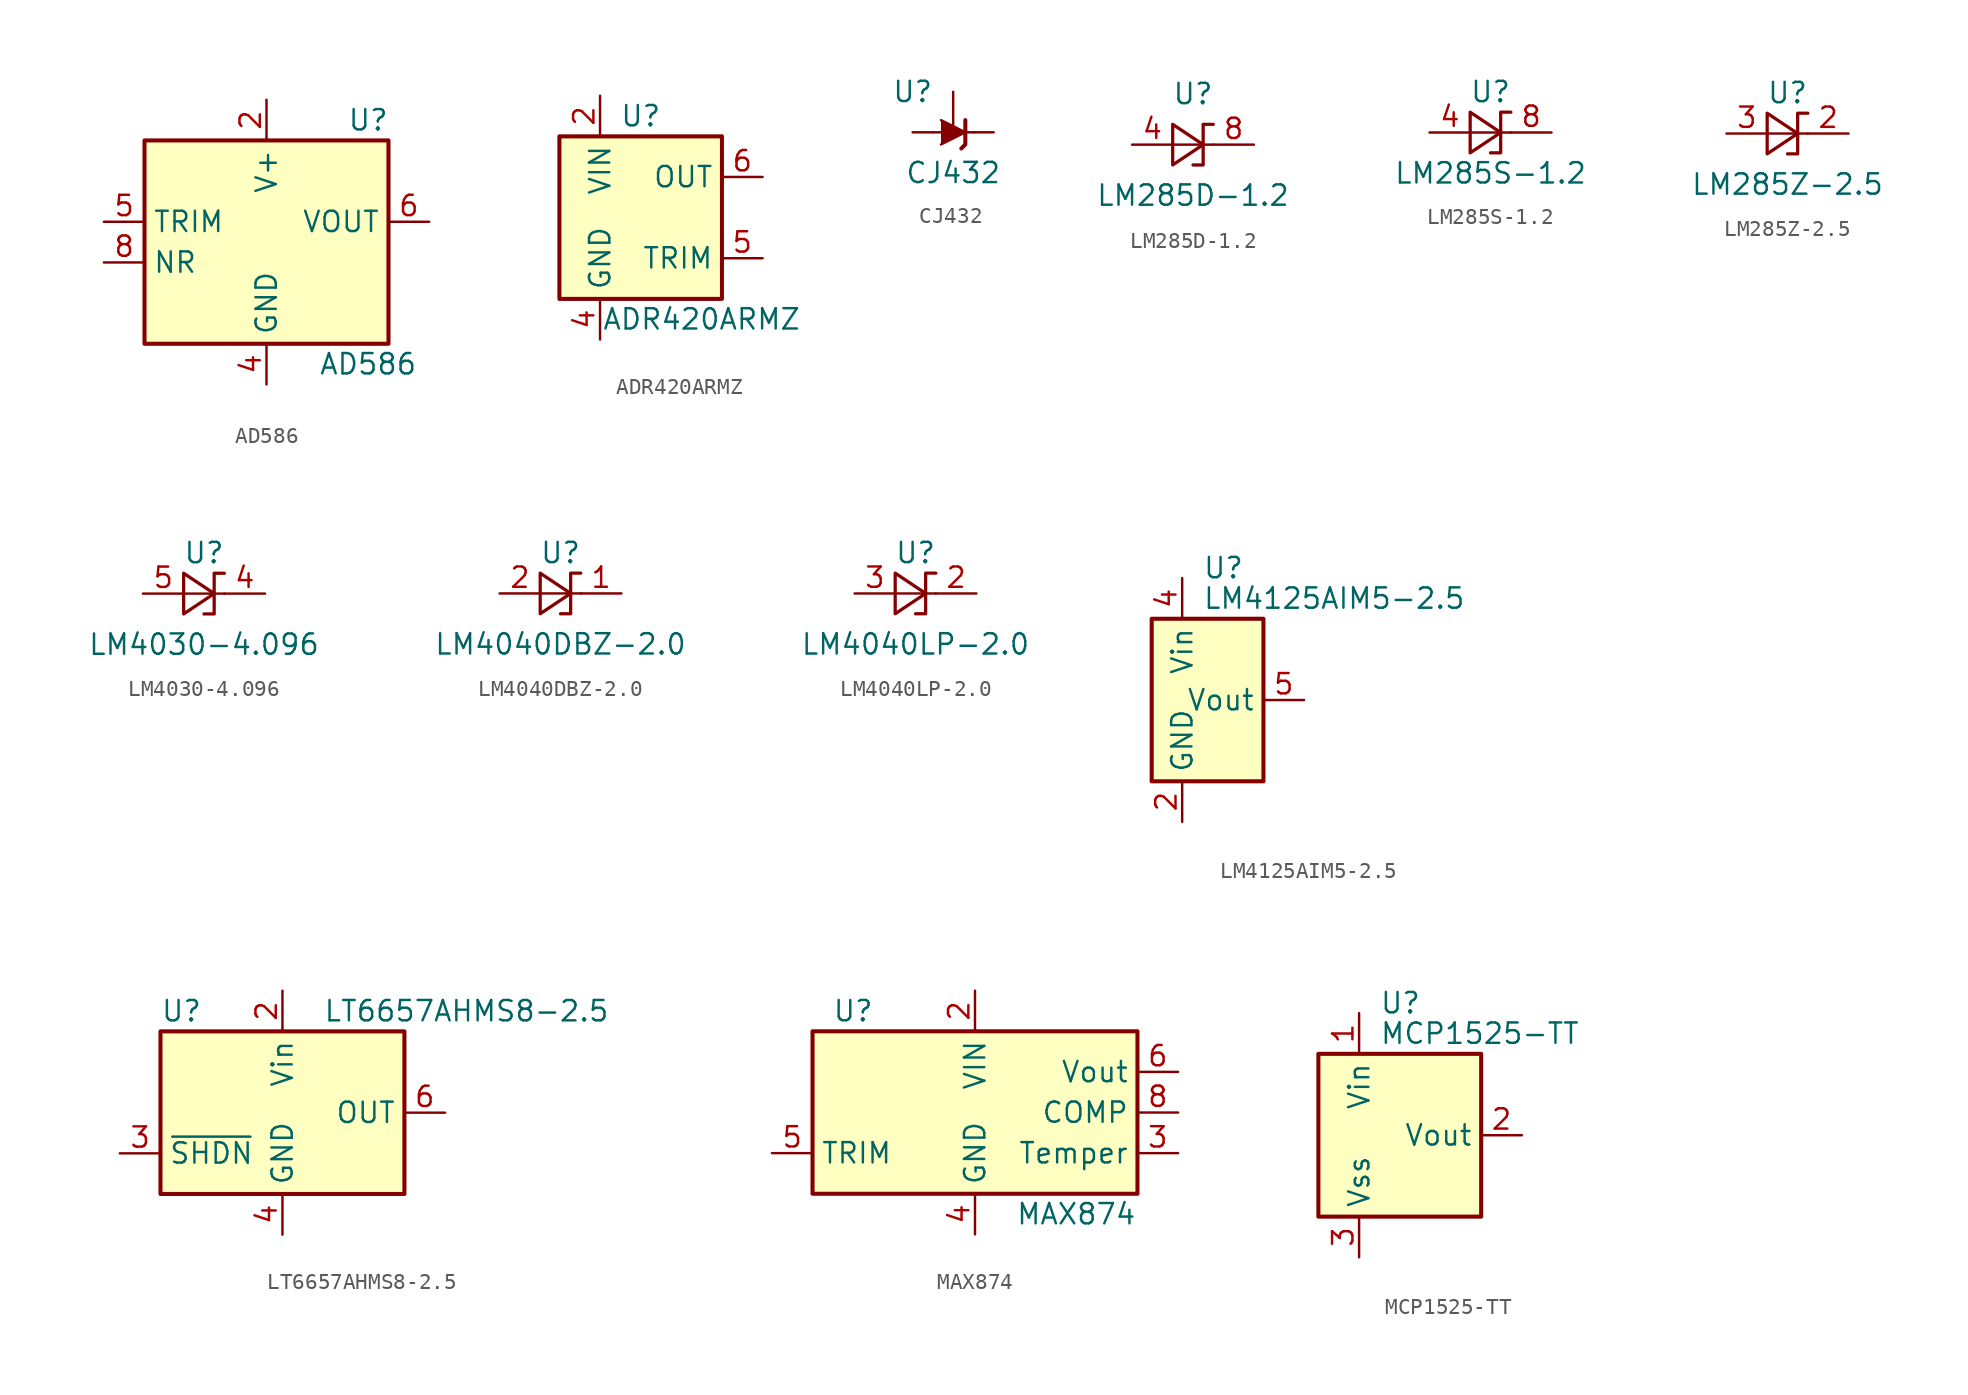
<source format=kicad_sym>
(kicad_symbol_lib
  (version 20201005)
  (generator kicad_symbol_editor)
  (symbol "AD586"
    (property "Reference" "U"
      (at 6.35 6.35 0)
      (effects (font (size 1.27 1.27))))
    (property "Value" "AD586"
      (at 6.35 -8.89 0)
      (effects (font (size 1.27 1.27))))
    (symbol "AD586_0_1"
      (rectangle (start -7.62 5.08) (end 7.62 -7.62) (stroke (width 0.254)) (fill (type background))))
    (symbol "AD586_1_1"
      (pin no_connect line (at -7.62 2.54 0) (length 2.54) hide (name "NC" (effects (font (size 1.27 1.27)))) (number "1" (effects (font (size 1.27 1.27)))))
      (pin power_in line (at 0 7.62 270) (length 2.54) (name "V+" (effects (font (size 1.27 1.27)))) (number "2" (effects (font (size 1.27 1.27)))))
      (pin no_connect line (at -7.62 -5.08 0) (length 2.54) hide (name "NC" (effects (font (size 1.27 1.27)))) (number "3" (effects (font (size 1.27 1.27)))))
      (pin power_in line (at 0 -10.16 90) (length 2.54) (name "GND" (effects (font (size 1.27 1.27)))) (number "4" (effects (font (size 1.27 1.27)))))
      (pin input line (at -10.16 0 0) (length 2.54) (name "TRIM" (effects (font (size 1.27 1.27)))) (number "5" (effects (font (size 1.27 1.27)))))
      (pin power_out line (at 10.16 0 180) (length 2.54) (name "VOUT" (effects (font (size 1.27 1.27)))) (number "6" (effects (font (size 1.27 1.27)))))
      (pin no_connect line (at 7.62 -5.08 180) (length 2.54) hide (name "NC" (effects (font (size 1.27 1.27)))) (number "7" (effects (font (size 1.27 1.27)))))
      (pin input line (at -10.16 -2.54 0) (length 2.54) (name "NR" (effects (font (size 1.27 1.27)))) (number "8" (effects (font (size 1.27 1.27)))))))
  (symbol "ADR420ARMZ"
    (property "Reference" "U"
      (at 0 6.35 0)
      (effects (font (size 1.27 1.27))))
    (property "Value" "ADR420ARMZ"
      (at 3.81 -6.35 0)
      (effects (font (size 1.27 1.27))))
    (symbol "ADR420ARMZ_0_1"
      (rectangle (start 5.08 -5.08) (end -5.08 5.08) (stroke (width 0.254)) (fill (type background)))
      (pin no_connect line (at -5.08 0 0) (length 2.54) hide (name "TP" (effects (font (size 1.27 1.27)))) (number "1" (effects (font (size 1.27 1.27)))))
      (pin power_in line (at -2.54 7.62 270) (length 2.54) (name "VIN" (effects (font (size 1.27 1.27)))) (number "2" (effects (font (size 1.27 1.27)))))
      (pin no_connect line (at 5.08 0 180) (length 2.54) hide (name "NC" (effects (font (size 1.27 1.27)))) (number "3" (effects (font (size 1.27 1.27)))))
      (pin power_in line (at -2.54 -7.62 90) (length 2.54) (name "GND" (effects (font (size 1.27 1.27)))) (number "4" (effects (font (size 1.27 1.27)))))
      (pin passive line (at 7.62 -2.54 180) (length 2.54) (name "TRIM" (effects (font (size 1.27 1.27)))) (number "5" (effects (font (size 1.27 1.27)))))
      (pin output line (at 7.62 2.54 180) (length 2.54) (name "OUT" (effects (font (size 1.27 1.27)))) (number "6" (effects (font (size 1.27 1.27)))))
      (pin no_connect line (at -5.08 2.54 0) (length 2.54) hide (name "NC" (effects (font (size 1.27 1.27)))) (number "7" (effects (font (size 1.27 1.27)))))
      (pin no_connect line (at -5.08 -2.54 0) (length 2.54) hide (name "TP" (effects (font (size 1.27 1.27)))) (number "8" (effects (font (size 1.27 1.27)))))))
  (symbol "CJ432"
    (pin_numbers hide)
    (pin_names hide)
    (property "Reference" "U"
      (at -2.54 2.54 0)
      (effects (font (size 1.27 1.27))))
    (property "Value" "CJ432"
      (at 0 -2.54 0)
      (effects (font (size 1.27 1.27))))
    (symbol "CJ432_0_1"
      (polyline (pts (xy -1.27 0) (xy 0 0) (xy 1.27 0)) (stroke (width 0)) (fill (type none)))
      (polyline (pts (xy -0.762 0.762) (xy 0.762 0) (xy -0.762 -0.762)) (stroke (width 0)) (fill (type outline)))
      (polyline (pts (xy 0.508 -1.016) (xy 0.762 -0.762) (xy 0.762 0.762) (xy 0.762 0.762)) (stroke (width 0.254)) (fill (type none))))
    (symbol "CJ432_1_1"
      (pin passive line (at 0 2.54 270) (length 2.54) (name "REF" (effects (font (size 1.27 1.27)))) (number "1" (effects (font (size 1.27 1.27)))))
      (pin passive line (at 2.54 0 180) (length 1.27) (name "K" (effects (font (size 1.27 1.27)))) (number "2" (effects (font (size 1.27 1.27)))))
      (pin passive line (at -2.54 0 0) (length 1.27) (name "A" (effects (font (size 1.27 1.27)))) (number "3" (effects (font (size 1.27 1.27)))))))
  (symbol "LM285D-1.2"
    (pin_names
      (offset 0.025) hide)
    (property "Reference" "U"
      (at 0 3.175 0)
      (effects (font (size 1.27 1.27))))
    (property "Value" "LM285D-1.2"
      (at 0 -3.175 0)
      (effects (font (size 1.27 1.27))))
    (symbol "LM285D-1.2_0_1"
      (polyline (pts (xy -1.27 0) (xy 0 0) (xy 1.27 0)) (stroke (width 0)) (fill (type none)))
      (polyline (pts (xy -1.27 -1.27) (xy 0.635 0) (xy -1.27 1.27) (xy -1.27 -1.27)) (stroke (width 0.203)) (fill (type none)))
      (polyline (pts (xy 0 -1.27) (xy 0.635 -1.27) (xy 0.635 1.27) (xy 1.27 1.27)) (stroke (width 0.203)) (fill (type none))))
    (symbol "LM285D-1.2_1_1"
      (pin passive line (at -3.81 0 0) (length 2.54) (name "A" (effects (font (size 1.27 1.27)))) (number "4" (effects (font (size 1.27 1.27)))))
      (pin passive line (at 3.81 0 180) (length 2.54) (name "K" (effects (font (size 1.27 1.27)))) (number "8" (effects (font (size 1.27 1.27)))))))
  (symbol "LM285S-1.2"
    (pin_names
      (offset 0.025) hide)
    (property "Reference" "U"
      (at 0 2.54 0)
      (effects (font (size 1.27 1.27))))
    (property "Value" "LM285S-1.2"
      (at 0 -2.54 0)
      (effects (font (size 1.27 1.27))))
    (symbol "LM285S-1.2_0_1"
      (polyline (pts (xy -1.27 0) (xy 0 0) (xy 1.27 0)) (stroke (width 0)) (fill (type none)))
      (polyline (pts (xy -1.27 -1.27) (xy 0.635 0) (xy -1.27 1.27) (xy -1.27 -1.27)) (stroke (width 0.203)) (fill (type none)))
      (polyline (pts (xy 0 -1.27) (xy 0.635 -1.27) (xy 0.635 1.27) (xy 1.27 1.27)) (stroke (width 0.203)) (fill (type none))))
    (symbol "LM285S-1.2_1_1"
      (pin passive line (at -3.81 0 0) (length 2.54) (name "A" (effects (font (size 1.27 1.27)))) (number "4" (effects (font (size 1.27 1.27)))))
      (pin passive line (at 3.81 0 180) (length 2.54) hide (name "K" (effects (font (size 1.27 1.27)))) (number "6" (effects (font (size 1.27 1.27)))))
      (pin passive line (at 3.81 0 180) (length 2.54) (name "K" (effects (font (size 1.27 1.27)))) (number "8" (effects (font (size 1.27 1.27)))))))
  (symbol "LM285Z-2.5"
    (pin_names
      (offset 0.025) hide)
    (property "Reference" "U"
      (at 0 2.54 0)
      (effects (font (size 1.27 1.27))))
    (property "Value" "LM285Z-2.5"
      (at 0 -3.175 0)
      (effects (font (size 1.27 1.27))))
    (symbol "LM285Z-2.5_0_1"
      (polyline (pts (xy -1.27 0) (xy 0 0) (xy 1.27 0)) (stroke (width 0)) (fill (type none)))
      (polyline (pts (xy -1.27 -1.27) (xy 0.635 0) (xy -1.27 1.27) (xy -1.27 -1.27)) (stroke (width 0.203)) (fill (type none)))
      (polyline (pts (xy 0 -1.27) (xy 0.635 -1.27) (xy 0.635 1.27) (xy 1.27 1.27)) (stroke (width 0.203)) (fill (type none))))
    (symbol "LM285Z-2.5_1_1"
      (pin passive line (at 3.81 0 180) (length 2.54) (name "K" (effects (font (size 1.27 1.27)))) (number "2" (effects (font (size 1.27 1.27)))))
      (pin passive line (at -3.81 0 0) (length 2.54) (name "A" (effects (font (size 1.27 1.27)))) (number "3" (effects (font (size 1.27 1.27)))))))
  (symbol "LM4030-4.096"
    (pin_names
      (offset 0.025) hide)
    (property "Reference" "U"
      (at 0 2.54 0)
      (effects (font (size 1.27 1.27))))
    (property "Value" "LM4030-4.096"
      (at 0 -3.175 0)
      (effects (font (size 1.27 1.27))))
    (symbol "LM4030-4.096_0_1"
      (polyline (pts (xy -1.27 0) (xy 0 0) (xy 1.27 0)) (stroke (width 0)) (fill (type none)))
      (polyline (pts (xy -1.27 -1.27) (xy 0.635 0) (xy -1.27 1.27) (xy -1.27 -1.27)) (stroke (width 0.203)) (fill (type none)))
      (polyline (pts (xy 0 -1.27) (xy 0.635 -1.27) (xy 0.635 1.27) (xy 1.27 1.27)) (stroke (width 0.203)) (fill (type none))))
    (symbol "LM4030-4.096_1_1"
      (pin passive line (at 3.81 0 180) (length 2.54) (name "K" (effects (font (size 1.27 1.27)))) (number "4" (effects (font (size 1.27 1.27)))))
      (pin passive line (at -3.81 0 0) (length 2.54) (name "A" (effects (font (size 1.27 1.27)))) (number "5" (effects (font (size 1.27 1.27)))))))
  (symbol "LM4040DBZ-2.0"
    (pin_names
      (offset 0.025) hide)
    (property "Reference" "U"
      (at 0 2.54 0)
      (effects (font (size 1.27 1.27))))
    (property "Value" "LM4040DBZ-2.0"
      (at 0 -3.175 0)
      (effects (font (size 1.27 1.27))))
    (symbol "LM4040DBZ-2.0_0_1"
      (polyline (pts (xy -1.27 0) (xy 0 0) (xy 1.27 0)) (stroke (width 0)) (fill (type none)))
      (polyline (pts (xy -1.27 -1.27) (xy 0.635 0) (xy -1.27 1.27) (xy -1.27 -1.27)) (stroke (width 0.203)) (fill (type none)))
      (polyline (pts (xy 0 -1.27) (xy 0.635 -1.27) (xy 0.635 1.27) (xy 1.27 1.27)) (stroke (width 0.203)) (fill (type none))))
    (symbol "LM4040DBZ-2.0_1_1"
      (pin passive line (at 3.81 0 180) (length 2.54) (name "K" (effects (font (size 1.27 1.27)))) (number "1" (effects (font (size 1.27 1.27)))))
      (pin passive line (at -3.81 0 0) (length 2.54) (name "A" (effects (font (size 1.27 1.27)))) (number "2" (effects (font (size 1.27 1.27)))))))
  (symbol "LM4040LP-2.0"
    (pin_names
      (offset 0.025) hide)
    (property "Reference" "U"
      (at 0 2.54 0)
      (effects (font (size 1.27 1.27))))
    (property "Value" "LM4040LP-2.0"
      (at 0 -3.175 0)
      (effects (font (size 1.27 1.27))))
    (symbol "LM4040LP-2.0_0_1"
      (polyline (pts (xy -1.27 0) (xy 0 0) (xy 1.27 0)) (stroke (width 0)) (fill (type none)))
      (polyline (pts (xy -1.27 -1.27) (xy 0.635 0) (xy -1.27 1.27) (xy -1.27 -1.27)) (stroke (width 0.203)) (fill (type none)))
      (polyline (pts (xy 0 -1.27) (xy 0.635 -1.27) (xy 0.635 1.27) (xy 1.27 1.27)) (stroke (width 0.203)) (fill (type none))))
    (symbol "LM4040LP-2.0_1_1"
      (pin passive line (at 3.81 0 180) (length 2.54) (name "K" (effects (font (size 1.27 1.27)))) (number "2" (effects (font (size 1.27 1.27)))))
      (pin passive line (at -3.81 0 0) (length 2.54) (name "A" (effects (font (size 1.27 1.27)))) (number "3" (effects (font (size 1.27 1.27)))))))
  (symbol "LM4125AIM5-2.5"
    (property "Reference" "U"
      (at 1.27 8.255 0)
      (effects (font (size 1.27 1.27)) (justify left)))
    (property "Value" "LM4125AIM5-2.5"
      (at 1.27 6.35 0)
      (effects (font (size 1.27 1.27)) (justify left)))
    (symbol "LM4125AIM5-2.5_0_1"
      (rectangle (start -1.905 5.08) (end 5.08 -5.08) (stroke (width 0.254)) (fill (type background))))
    (symbol "LM4125AIM5-2.5_1_1"
      (pin no_connect line (at 2.54 -5.08 90) (length 2.54) hide (name "NC" (effects (font (size 1.27 1.27)))) (number "1" (effects (font (size 1.27 1.27)))))
      (pin power_in line (at 0 -7.62 90) (length 2.54) (name "GND" (effects (font (size 1.27 1.27)))) (number "2" (effects (font (size 1.27 1.27)))))
      (pin no_connect line (at 5.08 -5.08 90) (length 2.54) hide (name "NC" (effects (font (size 1.27 1.27)))) (number "3" (effects (font (size 1.27 1.27)))))
      (pin power_in line (at 0 7.62 270) (length 2.54) (name "Vin" (effects (font (size 1.27 1.27)))) (number "4" (effects (font (size 1.27 1.27)))))
      (pin power_out line (at 7.62 0 180) (length 2.54) (name "Vout" (effects (font (size 1.27 1.27)))) (number "5" (effects (font (size 1.27 1.27)))))))
  (symbol "LT6657AHMS8-2.5"
    (property "Reference" "U"
      (at -7.62 6.35 0)
      (effects (font (size 1.27 1.27)) (justify left)))
    (property "Value" "LT6657AHMS8-2.5"
      (at 2.54 6.35 0)
      (effects (font (size 1.27 1.27)) (justify left)))
    (symbol "LT6657AHMS8-2.5_0_1"
      (rectangle (start -7.62 5.08) (end 7.62 -5.08) (stroke (width 0.254)) (fill (type background))))
    (symbol "LT6657AHMS8-2.5_1_1"
      (pin no_connect line (at 7.62 -2.54 180) (length 2.54) hide (name "DNC" (effects (font (size 1.27 1.27)))) (number "1" (effects (font (size 1.27 1.27)))))
      (pin power_in line (at 0 7.62 270) (length 2.54) (name "Vin" (effects (font (size 1.27 1.27)))) (number "2" (effects (font (size 1.27 1.27)))))
      (pin input line (at -10.16 -2.54 0) (length 2.54) (name "~SHDN" (effects (font (size 1.27 1.27)))) (number "3" (effects (font (size 1.27 1.27)))))
      (pin power_in line (at 0 -7.62 90) (length 2.54) (name "GND" (effects (font (size 1.27 1.27)))) (number "4" (effects (font (size 1.27 1.27)))))
      (pin no_connect line (at -7.62 0 0) (length 2.54) hide (name "DNC" (effects (font (size 1.27 1.27)))) (number "5" (effects (font (size 1.27 1.27)))))
      (pin power_out line (at 10.16 0 180) (length 2.54) (name "OUT" (effects (font (size 1.27 1.27)))) (number "6" (effects (font (size 1.27 1.27)))))
      (pin no_connect line (at -7.62 2.54 0) (length 2.54) hide (name "DNC" (effects (font (size 1.27 1.27)))) (number "7" (effects (font (size 1.27 1.27)))))
      (pin no_connect line (at 7.62 2.54 180) (length 2.54) hide (name "DNC" (effects (font (size 1.27 1.27)))) (number "8" (effects (font (size 1.27 1.27)))))))
  (symbol "MAX874"
    (property "Reference" "U"
      (at -7.62 6.35 0)
      (effects (font (size 1.27 1.27))))
    (property "Value" "MAX874"
      (at 2.54 -6.35 0)
      (effects (font (size 1.27 1.27)) (justify left)))
    (symbol "MAX874_0_1"
      (rectangle (start -10.16 5.08) (end 10.16 -5.08) (stroke (width 0.254)) (fill (type background))))
    (symbol "MAX874_1_1"
      (pin no_connect line (at -10.16 0 0) (length 2.54) hide (name "IC" (effects (font (size 1.27 1.27)))) (number "1" (effects (font (size 1.27 1.27)))))
      (pin power_in line (at 0 7.62 270) (length 2.54) (name "VIN" (effects (font (size 1.27 1.27)))) (number "2" (effects (font (size 1.27 1.27)))))
      (pin output line (at 12.7 -2.54 180) (length 2.54) (name "Temper" (effects (font (size 1.27 1.27)))) (number "3" (effects (font (size 1.27 1.27)))))
      (pin power_in line (at 0 -7.62 90) (length 2.54) (name "GND" (effects (font (size 1.27 1.27)))) (number "4" (effects (font (size 1.27 1.27)))))
      (pin input line (at -12.7 -2.54 0) (length 2.54) (name "TRIM" (effects (font (size 1.27 1.27)))) (number "5" (effects (font (size 1.27 1.27)))))
      (pin power_out line (at 12.7 2.54 180) (length 2.54) (name "Vout" (effects (font (size 1.27 1.27)))) (number "6" (effects (font (size 1.27 1.27)))))
      (pin no_connect line (at -2.54 -5.08 90) (length 2.54) hide (name "IC" (effects (font (size 1.27 1.27)))) (number "7" (effects (font (size 1.27 1.27)))))
      (pin passive line (at 12.7 0 180) (length 2.54) (name "COMP" (effects (font (size 1.27 1.27)))) (number "8" (effects (font (size 1.27 1.27)))))))
  (symbol "MCP1525-TT"
    (property "Reference" "U"
      (at 1.27 8.255 0)
      (effects (font (size 1.27 1.27)) (justify left)))
    (property "Value" "MCP1525-TT"
      (at 1.27 6.35 0)
      (effects (font (size 1.27 1.27)) (justify left)))
    (symbol "MCP1525-TT_0_1"
      (rectangle (start -2.54 5.08) (end 7.62 -5.08) (stroke (width 0.254)) (fill (type background))))
    (symbol "MCP1525-TT_1_1"
      (pin power_in line (at 0 7.62 270) (length 2.54) (name "Vin" (effects (font (size 1.27 1.27)))) (number "1" (effects (font (size 1.27 1.27)))))
      (pin power_out line (at 10.16 0 180) (length 2.54) (name "Vout" (effects (font (size 1.27 1.27)))) (number "2" (effects (font (size 1.27 1.27)))))
      (pin power_in line (at 0 -7.62 90) (length 2.54) (name "Vss" (effects (font (size 1.27 1.27)))) (number "3" (effects (font (size 1.27 1.27))))))))
</source>
